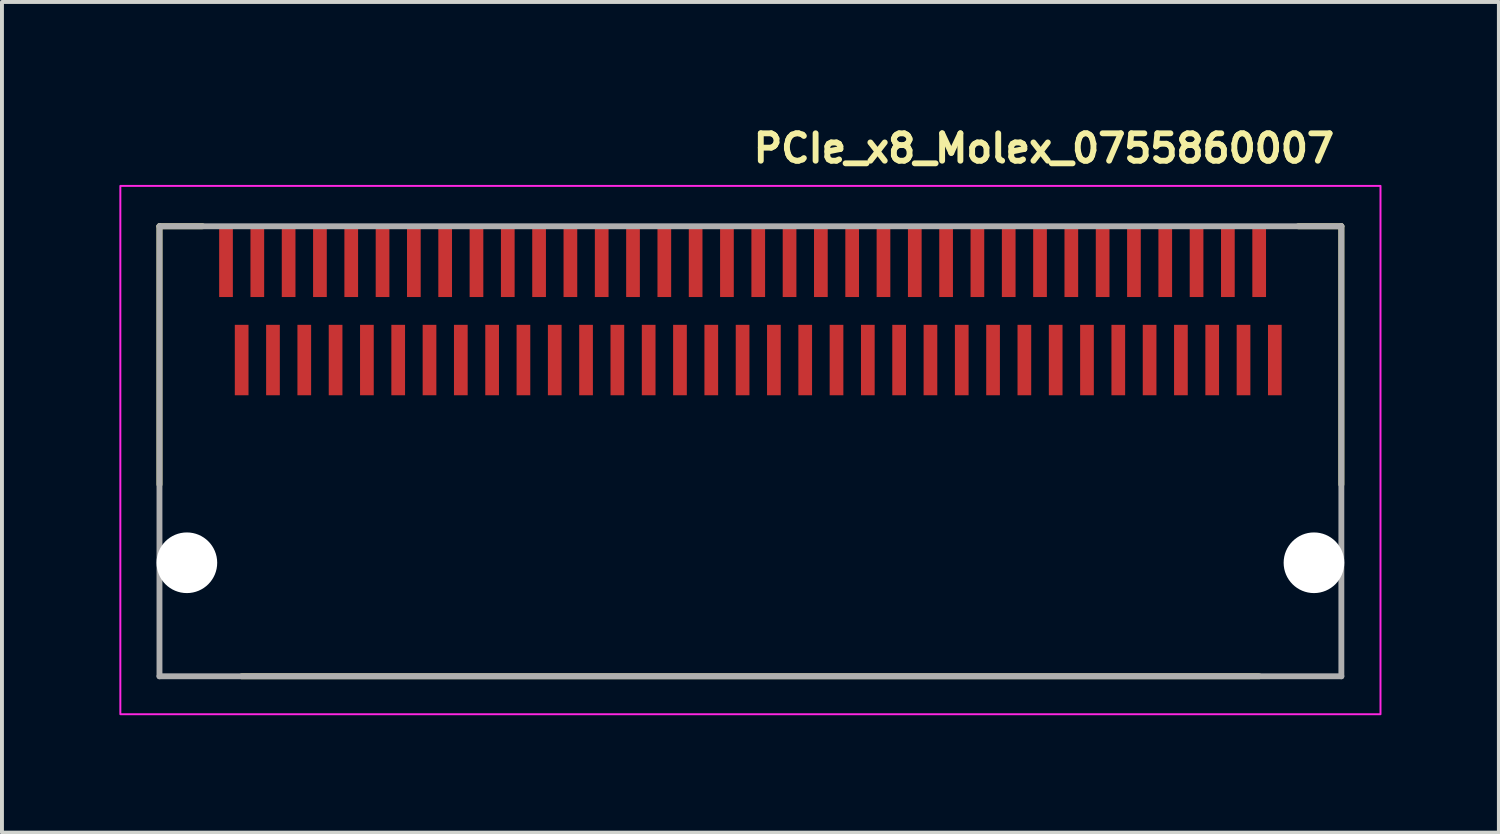
<source format=kicad_pcb>
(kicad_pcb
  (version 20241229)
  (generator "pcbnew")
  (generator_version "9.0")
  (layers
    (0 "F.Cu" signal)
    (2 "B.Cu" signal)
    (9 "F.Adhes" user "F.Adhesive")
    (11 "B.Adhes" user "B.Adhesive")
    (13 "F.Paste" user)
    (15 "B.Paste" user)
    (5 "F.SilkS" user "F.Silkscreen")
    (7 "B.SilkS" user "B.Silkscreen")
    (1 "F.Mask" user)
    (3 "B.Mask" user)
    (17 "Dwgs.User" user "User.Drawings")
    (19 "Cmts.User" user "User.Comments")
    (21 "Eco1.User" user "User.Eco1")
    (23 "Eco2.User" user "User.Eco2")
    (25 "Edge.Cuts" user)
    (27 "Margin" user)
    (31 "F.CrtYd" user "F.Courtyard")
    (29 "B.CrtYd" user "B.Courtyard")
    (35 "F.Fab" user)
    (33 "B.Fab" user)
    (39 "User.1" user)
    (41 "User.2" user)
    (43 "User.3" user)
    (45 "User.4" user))
  (footprint "PCIe_x8_Molex_0755860007"
    (layer "F.Cu")
    (at 16.125 8.45)
    (property "Reference" "PCIe_x8_Molex_0755860007" (at 0 -7.3 0) (unlocked yes) (layer "F.SilkS") (effects (font (size 0.7 0.7) (thickness 0.15)) (justify left bottom)))
    (attr smd)
    (fp_line (start -15.1 -5.719) (end -14 -5.719) (stroke (width 0.15) (type solid)) (layer "F.SilkS"))
    (fp_line (start -15.1 0.881) (end -15.1 -5.719) (stroke (width 0.15) (type solid)) (layer "F.SilkS"))
    (fp_line (start -13 5.781) (end 13 5.781) (stroke (width 0.15) (type solid)) (layer "F.SilkS"))
    (fp_line (start 14 -5.719) (end 15.1 -5.719) (stroke (width 0.15) (type solid)) (layer "F.SilkS"))
    (fp_line (start 15.1 0.881) (end 15.1 -5.719) (stroke (width 0.15) (type solid)) (layer "F.SilkS"))
    (fp_rect (start 16.1 6.75) (end -16.1 -6.75) (stroke (width 0.05) (type solid)) (fill no) (layer "F.CrtYd"))
    (fp_line (start -15.1 -5.719) (end 15.1 -5.719) (stroke (width 0.15) (type solid)) (layer "F.Fab"))
    (fp_line (start -15.1 5.781) (end -15.1 -5.719) (stroke (width 0.15) (type solid)) (layer "F.Fab"))
    (fp_line (start -15.1 5.781) (end 15.1 5.781) (stroke (width 0.15) (type solid)) (layer "F.Fab"))
    (fp_line (start 15.1 5.781) (end 15.1 -5.719) (stroke (width 0.15) (type solid)) (layer "F.Fab"))
    (fp_rect (start -15.1 -5.752) (end 15.1 5.753) (stroke (width 0.1) (type solid)) (fill no) (layer "User.5"))
    (fp_line (start -15.1 -5.753) (end -15.1 -4.054) (stroke (width 0.02) (type solid)) (layer "User.9"))
    (fp_line (start -15.1 -5.753) (end -14.35 -5.753) (stroke (width 0.02) (type solid)) (layer "User.9"))
    (fp_line (start -15.1 -3.954) (end -15.1 -4.054) (stroke (width 0.02) (type solid)) (layer "User.9"))
    (fp_line (start -15.1 -3.954) (end -14.35 -3.954) (stroke (width 0.02) (type solid)) (layer "User.9"))
    (fp_line (start -15.1 -2.22) (end -15.1 -3.954) (stroke (width 0.02) (type solid)) (layer "User.9"))
    (fp_line (start -15.1 -2.22) (end -15.1 5.752) (stroke (width 0.02) (type solid)) (layer "User.9"))
    (fp_line (start -15.1 5.752) (end 15.1 5.752) (stroke (width 0.02) (type solid)) (layer "User.9"))
    (fp_line (start -14.35 -5.753) (end -14.35 -4.807) (stroke (width 0.02) (type solid)) (layer "User.9"))
    (fp_line (start -14.35 -4.807) (end -13.5 -4.807) (stroke (width 0.02) (type solid)) (layer "User.9"))
    (fp_line (start -14.35 -4.054) (end -15.1 -4.054) (stroke (width 0.02) (type solid)) (layer "User.9"))
    (fp_line (start -14.35 -4.054) (end -14.35 -3.954) (stroke (width 0.02) (type solid)) (layer "User.9"))
    (fp_line (start -14.35 -3.954) (end -14.35 -2.827) (stroke (width 0.02) (type solid)) (layer "User.9"))
    (fp_line (start -14.35 -3.754) (end -13.5 -3.754) (stroke (width 0.02) (type solid)) (layer "User.9"))
    (fp_line (start -14.35 -2.827) (end -13.5 -2.827) (stroke (width 0.02) (type solid)) (layer "User.9"))
    (fp_line (start -13.5 -5.214) (end -13.5 -5.366) (stroke (width 0.02) (type solid)) (layer "User.9"))
    (fp_line (start -13.5 -4.857) (end -13.5 -5.214) (stroke (width 0.02) (type solid)) (layer "User.9"))
    (fp_line (start -13.5 -4.807) (end -13.5 -4.857) (stroke (width 0.02) (type solid)) (layer "User.9"))
    (fp_line (start -13.5 -4.807) (end 13.1 -4.807) (stroke (width 0.02) (type solid)) (layer "User.9"))
    (fp_line (start -13.5 -2.978) (end -13.5 -4.807) (stroke (width 0.02) (type solid)) (layer "User.9"))
    (fp_line (start -13.5 -2.978) (end -13.5 -2.22) (stroke (width 0.02) (type solid)) (layer "User.9"))
    (fp_line (start -13.3 -5.366) (end -13.5 -5.366) (stroke (width 0.02) (type solid)) (layer "User.9"))
    (fp_line (start -13.3 -5.366) (end -13.3 -5.214) (stroke (width 0.02) (type solid)) (layer "User.9"))
    (fp_line (start -13.3 -5.214) (end -13.3 -4.857) (stroke (width 0.02) (type solid)) (layer "User.9"))
    (fp_line (start -13.3 -4.857) (end -13.3 -4.807) (stroke (width 0.02) (type solid)) (layer "User.9"))
    (fp_line (start -12.7 -5.214) (end -12.7 -5.366) (stroke (width 0.02) (type solid)) (layer "User.9"))
    (fp_line (start -12.7 -4.857) (end -12.7 -5.214) (stroke (width 0.02) (type solid)) (layer "User.9"))
    (fp_line (start -12.7 -4.807) (end -12.7 -4.857) (stroke (width 0.02) (type solid)) (layer "User.9"))
    (fp_line (start -12.5 -5.366) (end -12.7 -5.366) (stroke (width 0.02) (type solid)) (layer "User.9"))
    (fp_line (start -12.5 -5.366) (end -12.5 -5.214) (stroke (width 0.02) (type solid)) (layer "User.9"))
    (fp_line (start -12.5 -5.214) (end -12.5 -4.857) (stroke (width 0.02) (type solid)) (layer "User.9"))
    (fp_line (start -12.5 -4.857) (end -12.5 -4.807) (stroke (width 0.02) (type solid)) (layer "User.9"))
    (fp_line (start -11.9 -5.214) (end -11.9 -5.366) (stroke (width 0.02) (type solid)) (layer "User.9"))
    (fp_line (start -11.9 -4.857) (end -11.9 -5.214) (stroke (width 0.02) (type solid)) (layer "User.9"))
    (fp_line (start -11.9 -4.807) (end -11.9 -4.857) (stroke (width 0.02) (type solid)) (layer "User.9"))
    (fp_line (start -11.7 -5.366) (end -11.9 -5.366) (stroke (width 0.02) (type solid)) (layer "User.9"))
    (fp_line (start -11.7 -5.366) (end -11.7 -5.214) (stroke (width 0.02) (type solid)) (layer "User.9"))
    (fp_line (start -11.7 -5.214) (end -11.7 -4.857) (stroke (width 0.02) (type solid)) (layer "User.9"))
    (fp_line (start -11.7 -4.857) (end -11.7 -4.807) (stroke (width 0.02) (type solid)) (layer "User.9"))
    (fp_line (start -11.1 -5.214) (end -11.1 -5.366) (stroke (width 0.02) (type solid)) (layer "User.9"))
    (fp_line (start -11.1 -4.857) (end -11.1 -5.214) (stroke (width 0.02) (type solid)) (layer "User.9"))
    (fp_line (start -11.1 -4.807) (end -11.1 -4.857) (stroke (width 0.02) (type solid)) (layer "User.9"))
    (fp_line (start -10.9 -5.366) (end -11.1 -5.366) (stroke (width 0.02) (type solid)) (layer "User.9"))
    (fp_line (start -10.9 -5.366) (end -10.9 -5.214) (stroke (width 0.02) (type solid)) (layer "User.9"))
    (fp_line (start -10.9 -5.214) (end -10.9 -4.857) (stroke (width 0.02) (type solid)) (layer "User.9"))
    (fp_line (start -10.9 -4.857) (end -10.9 -4.807) (stroke (width 0.02) (type solid)) (layer "User.9"))
    (fp_line (start -10.3 -5.214) (end -10.3 -5.366) (stroke (width 0.02) (type solid)) (layer "User.9"))
    (fp_line (start -10.3 -4.857) (end -10.3 -5.214) (stroke (width 0.02) (type solid)) (layer "User.9"))
    (fp_line (start -10.3 -4.807) (end -10.3 -4.857) (stroke (width 0.02) (type solid)) (layer "User.9"))
    (fp_line (start -10.1 -5.366) (end -10.3 -5.366) (stroke (width 0.02) (type solid)) (layer "User.9"))
    (fp_line (start -10.1 -5.366) (end -10.1 -5.214) (stroke (width 0.02) (type solid)) (layer "User.9"))
    (fp_line (start -10.1 -5.214) (end -10.1 -4.857) (stroke (width 0.02) (type solid)) (layer "User.9"))
    (fp_line (start -10.1 -4.857) (end -10.1 -4.807) (stroke (width 0.02) (type solid)) (layer "User.9"))
    (fp_line (start -9.5 -5.214) (end -9.5 -5.366) (stroke (width 0.02) (type solid)) (layer "User.9"))
    (fp_line (start -9.5 -4.857) (end -9.5 -5.214) (stroke (width 0.02) (type solid)) (layer "User.9"))
    (fp_line (start -9.5 -4.807) (end -9.5 -4.857) (stroke (width 0.02) (type solid)) (layer "User.9"))
    (fp_line (start -9.3 -5.366) (end -9.5 -5.366) (stroke (width 0.02) (type solid)) (layer "User.9"))
    (fp_line (start -9.3 -5.366) (end -9.3 -5.214) (stroke (width 0.02) (type solid)) (layer "User.9"))
    (fp_line (start -9.3 -5.214) (end -9.3 -4.857) (stroke (width 0.02) (type solid)) (layer "User.9"))
    (fp_line (start -9.3 -4.857) (end -9.3 -4.807) (stroke (width 0.02) (type solid)) (layer "User.9"))
    (fp_line (start -8.7 -5.214) (end -8.7 -5.366) (stroke (width 0.02) (type solid)) (layer "User.9"))
    (fp_line (start -8.7 -4.857) (end -8.7 -5.214) (stroke (width 0.02) (type solid)) (layer "User.9"))
    (fp_line (start -8.7 -4.807) (end -8.7 -4.857) (stroke (width 0.02) (type solid)) (layer "User.9"))
    (fp_line (start -8.5 -5.366) (end -8.7 -5.366) (stroke (width 0.02) (type solid)) (layer "User.9"))
    (fp_line (start -8.5 -5.366) (end -8.5 -5.214) (stroke (width 0.02) (type solid)) (layer "User.9"))
    (fp_line (start -8.5 -5.214) (end -8.5 -4.857) (stroke (width 0.02) (type solid)) (layer "User.9"))
    (fp_line (start -8.5 -4.857) (end -8.5 -4.807) (stroke (width 0.02) (type solid)) (layer "User.9"))
    (fp_line (start -7.9 -5.214) (end -7.9 -5.366) (stroke (width 0.02) (type solid)) (layer "User.9"))
    (fp_line (start -7.9 -4.857) (end -7.9 -5.214) (stroke (width 0.02) (type solid)) (layer "User.9"))
    (fp_line (start -7.9 -4.807) (end -7.9 -4.857) (stroke (width 0.02) (type solid)) (layer "User.9"))
    (fp_line (start -7.7 -5.366) (end -7.9 -5.366) (stroke (width 0.02) (type solid)) (layer "User.9"))
    (fp_line (start -7.7 -5.366) (end -7.7 -5.214) (stroke (width 0.02) (type solid)) (layer "User.9"))
    (fp_line (start -7.7 -5.214) (end -7.7 -4.857) (stroke (width 0.02) (type solid)) (layer "User.9"))
    (fp_line (start -7.7 -4.857) (end -7.7 -4.807) (stroke (width 0.02) (type solid)) (layer "User.9"))
    (fp_line (start -7.1 -5.214) (end -7.1 -5.366) (stroke (width 0.02) (type solid)) (layer "User.9"))
    (fp_line (start -7.1 -4.857) (end -7.1 -5.214) (stroke (width 0.02) (type solid)) (layer "User.9"))
    (fp_line (start -7.1 -4.807) (end -7.1 -4.857) (stroke (width 0.02) (type solid)) (layer "User.9"))
    (fp_line (start -6.9 -5.366) (end -7.1 -5.366) (stroke (width 0.02) (type solid)) (layer "User.9"))
    (fp_line (start -6.9 -5.366) (end -6.9 -5.214) (stroke (width 0.02) (type solid)) (layer "User.9"))
    (fp_line (start -6.9 -5.214) (end -6.9 -4.857) (stroke (width 0.02) (type solid)) (layer "User.9"))
    (fp_line (start -6.9 -4.857) (end -6.9 -4.807) (stroke (width 0.02) (type solid)) (layer "User.9"))
    (fp_line (start -6.3 -5.214) (end -6.3 -5.366) (stroke (width 0.02) (type solid)) (layer "User.9"))
    (fp_line (start -6.3 -4.857) (end -6.3 -5.214) (stroke (width 0.02) (type solid)) (layer "User.9"))
    (fp_line (start -6.3 -4.807) (end -6.3 -4.857) (stroke (width 0.02) (type solid)) (layer "User.9"))
    (fp_line (start -6.1 -5.366) (end -6.3 -5.366) (stroke (width 0.02) (type solid)) (layer "User.9"))
    (fp_line (start -6.1 -5.366) (end -6.1 -5.214) (stroke (width 0.02) (type solid)) (layer "User.9"))
    (fp_line (start -6.1 -5.214) (end -6.1 -4.857) (stroke (width 0.02) (type solid)) (layer "User.9"))
    (fp_line (start -6.1 -4.857) (end -6.1 -4.807) (stroke (width 0.02) (type solid)) (layer "User.9"))
    (fp_line (start -5.5 -5.214) (end -5.5 -5.366) (stroke (width 0.02) (type solid)) (layer "User.9"))
    (fp_line (start -5.5 -4.857) (end -5.5 -5.214) (stroke (width 0.02) (type solid)) (layer "User.9"))
    (fp_line (start -5.5 -4.807) (end -5.5 -4.857) (stroke (width 0.02) (type solid)) (layer "User.9"))
    (fp_line (start -5.3 -5.366) (end -5.5 -5.366) (stroke (width 0.02) (type solid)) (layer "User.9"))
    (fp_line (start -5.3 -5.366) (end -5.3 -5.214) (stroke (width 0.02) (type solid)) (layer "User.9"))
    (fp_line (start -5.3 -5.214) (end -5.3 -4.857) (stroke (width 0.02) (type solid)) (layer "User.9"))
    (fp_line (start -5.3 -4.857) (end -5.3 -4.807) (stroke (width 0.02) (type solid)) (layer "User.9"))
    (fp_line (start -5 -2.22) (end -15.1 -2.22) (stroke (width 0.02) (type solid)) (layer "User.9"))
    (fp_line (start -5 -2.22) (end 5 -2.22) (stroke (width 0.02) (type solid)) (layer "User.9"))
    (fp_line (start -5 2.78) (end -5 -2.22) (stroke (width 0.02) (type solid)) (layer "User.9"))
    (fp_line (start -4.7 -5.214) (end -4.7 -5.366) (stroke (width 0.02) (type solid)) (layer "User.9"))
    (fp_line (start -4.7 -4.857) (end -4.7 -5.214) (stroke (width 0.02) (type solid)) (layer "User.9"))
    (fp_line (start -4.7 -4.807) (end -4.7 -4.857) (stroke (width 0.02) (type solid)) (layer "User.9"))
    (fp_line (start -4.5 -5.366) (end -4.7 -5.366) (stroke (width 0.02) (type solid)) (layer "User.9"))
    (fp_line (start -4.5 -5.366) (end -4.5 -5.214) (stroke (width 0.02) (type solid)) (layer "User.9"))
    (fp_line (start -4.5 -5.214) (end -4.5 -4.857) (stroke (width 0.02) (type solid)) (layer "User.9"))
    (fp_line (start -4.5 -4.857) (end -4.5 -4.807) (stroke (width 0.02) (type solid)) (layer "User.9"))
    (fp_line (start -3.9 -5.214) (end -3.9 -5.366) (stroke (width 0.02) (type solid)) (layer "User.9"))
    (fp_line (start -3.9 -4.857) (end -3.9 -5.214) (stroke (width 0.02) (type solid)) (layer "User.9"))
    (fp_line (start -3.9 -4.807) (end -3.9 -4.857) (stroke (width 0.02) (type solid)) (layer "User.9"))
    (fp_line (start -3.7 -5.366) (end -3.9 -5.366) (stroke (width 0.02) (type solid)) (layer "User.9"))
    (fp_line (start -3.7 -5.366) (end -3.7 -5.214) (stroke (width 0.02) (type solid)) (layer "User.9"))
    (fp_line (start -3.7 -5.214) (end -3.7 -4.857) (stroke (width 0.02) (type solid)) (layer "User.9"))
    (fp_line (start -3.7 -4.857) (end -3.7 -4.807) (stroke (width 0.02) (type solid)) (layer "User.9"))
    (fp_line (start -3.1 -5.214) (end -3.1 -5.366) (stroke (width 0.02) (type solid)) (layer "User.9"))
    (fp_line (start -3.1 -4.857) (end -3.1 -5.214) (stroke (width 0.02) (type solid)) (layer "User.9"))
    (fp_line (start -3.1 -4.807) (end -3.1 -4.857) (stroke (width 0.02) (type solid)) (layer "User.9"))
    (fp_line (start -2.9 -5.366) (end -3.1 -5.366) (stroke (width 0.02) (type solid)) (layer "User.9"))
    (fp_line (start -2.9 -5.366) (end -2.9 -5.214) (stroke (width 0.02) (type solid)) (layer "User.9"))
    (fp_line (start -2.9 -5.214) (end -2.9 -4.857) (stroke (width 0.02) (type solid)) (layer "User.9"))
    (fp_line (start -2.9 -4.857) (end -2.9 -4.807) (stroke (width 0.02) (type solid)) (layer "User.9"))
    (fp_line (start -2.3 -5.214) (end -2.3 -5.366) (stroke (width 0.02) (type solid)) (layer "User.9"))
    (fp_line (start -2.3 -4.857) (end -2.3 -5.214) (stroke (width 0.02) (type solid)) (layer "User.9"))
    (fp_line (start -2.3 -4.807) (end -2.3 -4.857) (stroke (width 0.02) (type solid)) (layer "User.9"))
    (fp_line (start -2.1 -5.366) (end -2.3 -5.366) (stroke (width 0.02) (type solid)) (layer "User.9"))
    (fp_line (start -2.1 -5.366) (end -2.1 -5.214) (stroke (width 0.02) (type solid)) (layer "User.9"))
    (fp_line (start -2.1 -5.214) (end -2.1 -4.857) (stroke (width 0.02) (type solid)) (layer "User.9"))
    (fp_line (start -2.1 -4.857) (end -2.1 -4.807) (stroke (width 0.02) (type solid)) (layer "User.9"))
    (fp_line (start -1.5 -5.214) (end -1.5 -5.366) (stroke (width 0.02) (type solid)) (layer "User.9"))
    (fp_line (start -1.5 -4.857) (end -1.5 -5.214) (stroke (width 0.02) (type solid)) (layer "User.9"))
    (fp_line (start -1.5 -4.807) (end -1.5 -4.857) (stroke (width 0.02) (type solid)) (layer "User.9"))
    (fp_line (start -1.3 -5.366) (end -1.5 -5.366) (stroke (width 0.02) (type solid)) (layer "User.9"))
    (fp_line (start -1.3 -5.366) (end -1.3 -5.214) (stroke (width 0.02) (type solid)) (layer "User.9"))
    (fp_line (start -1.3 -5.214) (end -1.3 -4.857) (stroke (width 0.02) (type solid)) (layer "User.9"))
    (fp_line (start -1.3 -4.857) (end -1.3 -4.807) (stroke (width 0.02) (type solid)) (layer "User.9"))
    (fp_line (start -0.7 -5.214) (end -0.7 -5.366) (stroke (width 0.02) (type solid)) (layer "User.9"))
    (fp_line (start -0.7 -4.857) (end -0.7 -5.214) (stroke (width 0.02) (type solid)) (layer "User.9"))
    (fp_line (start -0.7 -4.807) (end -0.7 -4.857) (stroke (width 0.02) (type solid)) (layer "User.9"))
    (fp_line (start -0.5 -5.366) (end -0.7 -5.366) (stroke (width 0.02) (type solid)) (layer "User.9"))
    (fp_line (start -0.5 -5.366) (end -0.5 -5.214) (stroke (width 0.02) (type solid)) (layer "User.9"))
    (fp_line (start -0.5 -5.214) (end -0.5 -4.857) (stroke (width 0.02) (type solid)) (layer "User.9"))
    (fp_line (start -0.5 -4.857) (end -0.5 -4.807) (stroke (width 0.02) (type solid)) (layer "User.9"))
    (fp_line (start 0.1 -5.214) (end 0.1 -5.366) (stroke (width 0.02) (type solid)) (layer "User.9"))
    (fp_line (start 0.1 -4.857) (end 0.1 -5.214) (stroke (width 0.02) (type solid)) (layer "User.9"))
    (fp_line (start 0.1 -4.807) (end 0.1 -4.857) (stroke (width 0.02) (type solid)) (layer "User.9"))
    (fp_line (start 0.3 -5.366) (end 0.1 -5.366) (stroke (width 0.02) (type solid)) (layer "User.9"))
    (fp_line (start 0.3 -5.366) (end 0.3 -5.214) (stroke (width 0.02) (type solid)) (layer "User.9"))
    (fp_line (start 0.3 -5.214) (end 0.3 -4.857) (stroke (width 0.02) (type solid)) (layer "User.9"))
    (fp_line (start 0.3 -4.857) (end 0.3 -4.807) (stroke (width 0.02) (type solid)) (layer "User.9"))
    (fp_line (start 0.9 -5.214) (end 0.9 -5.366) (stroke (width 0.02) (type solid)) (layer "User.9"))
    (fp_line (start 0.9 -4.857) (end 0.9 -5.214) (stroke (width 0.02) (type solid)) (layer "User.9"))
    (fp_line (start 0.9 -4.807) (end 0.9 -4.857) (stroke (width 0.02) (type solid)) (layer "User.9"))
    (fp_line (start 1.1 -5.366) (end 0.9 -5.366) (stroke (width 0.02) (type solid)) (layer "User.9"))
    (fp_line (start 1.1 -5.366) (end 1.1 -5.214) (stroke (width 0.02) (type solid)) (layer "User.9"))
    (fp_line (start 1.1 -5.214) (end 1.1 -4.857) (stroke (width 0.02) (type solid)) (layer "User.9"))
    (fp_line (start 1.1 -4.857) (end 1.1 -4.807) (stroke (width 0.02) (type solid)) (layer "User.9"))
    (fp_line (start 1.7 -5.214) (end 1.7 -5.366) (stroke (width 0.02) (type solid)) (layer "User.9"))
    (fp_line (start 1.7 -4.857) (end 1.7 -5.214) (stroke (width 0.02) (type solid)) (layer "User.9"))
    (fp_line (start 1.7 -4.807) (end 1.7 -4.857) (stroke (width 0.02) (type solid)) (layer "User.9"))
    (fp_line (start 1.9 -5.366) (end 1.7 -5.366) (stroke (width 0.02) (type solid)) (layer "User.9"))
    (fp_line (start 1.9 -5.366) (end 1.9 -5.214) (stroke (width 0.02) (type solid)) (layer "User.9"))
    (fp_line (start 1.9 -5.214) (end 1.9 -4.857) (stroke (width 0.02) (type solid)) (layer "User.9"))
    (fp_line (start 1.9 -4.857) (end 1.9 -4.807) (stroke (width 0.02) (type solid)) (layer "User.9"))
    (fp_line (start 2.5 -5.214) (end 2.5 -5.366) (stroke (width 0.02) (type solid)) (layer "User.9"))
    (fp_line (start 2.5 -4.857) (end 2.5 -5.214) (stroke (width 0.02) (type solid)) (layer "User.9"))
    (fp_line (start 2.5 -4.807) (end 2.5 -4.857) (stroke (width 0.02) (type solid)) (layer "User.9"))
    (fp_line (start 2.7 -5.366) (end 2.5 -5.366) (stroke (width 0.02) (type solid)) (layer "User.9"))
    (fp_line (start 2.7 -5.366) (end 2.7 -5.214) (stroke (width 0.02) (type solid)) (layer "User.9"))
    (fp_line (start 2.7 -5.214) (end 2.7 -4.857) (stroke (width 0.02) (type solid)) (layer "User.9"))
    (fp_line (start 2.7 -4.857) (end 2.7 -4.807) (stroke (width 0.02) (type solid)) (layer "User.9"))
    (fp_line (start 3.3 -5.214) (end 3.3 -5.366) (stroke (width 0.02) (type solid)) (layer "User.9"))
    (fp_line (start 3.3 -4.857) (end 3.3 -5.214) (stroke (width 0.02) (type solid)) (layer "User.9"))
    (fp_line (start 3.3 -4.807) (end 3.3 -4.857) (stroke (width 0.02) (type solid)) (layer "User.9"))
    (fp_line (start 3.5 -5.366) (end 3.3 -5.366) (stroke (width 0.02) (type solid)) (layer "User.9"))
    (fp_line (start 3.5 -5.366) (end 3.5 -5.214) (stroke (width 0.02) (type solid)) (layer "User.9"))
    (fp_line (start 3.5 -5.214) (end 3.5 -4.857) (stroke (width 0.02) (type solid)) (layer "User.9"))
    (fp_line (start 3.5 -4.857) (end 3.5 -4.807) (stroke (width 0.02) (type solid)) (layer "User.9"))
    (fp_line (start 4.1 -5.214) (end 4.1 -5.366) (stroke (width 0.02) (type solid)) (layer "User.9"))
    (fp_line (start 4.1 -4.857) (end 4.1 -5.214) (stroke (width 0.02) (type solid)) (layer "User.9"))
    (fp_line (start 4.1 -4.807) (end 4.1 -4.857) (stroke (width 0.02) (type solid)) (layer "User.9"))
    (fp_line (start 4.3 -5.366) (end 4.1 -5.366) (stroke (width 0.02) (type solid)) (layer "User.9"))
    (fp_line (start 4.3 -5.366) (end 4.3 -5.214) (stroke (width 0.02) (type solid)) (layer "User.9"))
    (fp_line (start 4.3 -5.214) (end 4.3 -4.857) (stroke (width 0.02) (type solid)) (layer "User.9"))
    (fp_line (start 4.3 -4.857) (end 4.3 -4.807) (stroke (width 0.02) (type solid)) (layer "User.9"))
    (fp_line (start 4.9 -5.214) (end 4.9 -5.366) (stroke (width 0.02) (type solid)) (layer "User.9"))
    (fp_line (start 4.9 -4.857) (end 4.9 -5.214) (stroke (width 0.02) (type solid)) (layer "User.9"))
    (fp_line (start 4.9 -4.807) (end 4.9 -4.857) (stroke (width 0.02) (type solid)) (layer "User.9"))
    (fp_line (start 5 -2.22) (end 5 2.78) (stroke (width 0.02) (type solid)) (layer "User.9"))
    (fp_line (start 5 2.78) (end -5 2.78) (stroke (width 0.02) (type solid)) (layer "User.9"))
    (fp_line (start 5.1 -5.366) (end 4.9 -5.366) (stroke (width 0.02) (type solid)) (layer "User.9"))
    (fp_line (start 5.1 -5.366) (end 5.1 -5.214) (stroke (width 0.02) (type solid)) (layer "User.9"))
    (fp_line (start 5.1 -5.214) (end 5.1 -4.857) (stroke (width 0.02) (type solid)) (layer "User.9"))
    (fp_line (start 5.1 -4.857) (end 5.1 -4.807) (stroke (width 0.02) (type solid)) (layer "User.9"))
    (fp_line (start 5.7 -5.214) (end 5.7 -5.366) (stroke (width 0.02) (type solid)) (layer "User.9"))
    (fp_line (start 5.7 -4.857) (end 5.7 -5.214) (stroke (width 0.02) (type solid)) (layer "User.9"))
    (fp_line (start 5.7 -4.807) (end 5.7 -4.857) (stroke (width 0.02) (type solid)) (layer "User.9"))
    (fp_line (start 5.9 -5.366) (end 5.7 -5.366) (stroke (width 0.02) (type solid)) (layer "User.9"))
    (fp_line (start 5.9 -5.366) (end 5.9 -5.214) (stroke (width 0.02) (type solid)) (layer "User.9"))
    (fp_line (start 5.9 -5.214) (end 5.9 -4.857) (stroke (width 0.02) (type solid)) (layer "User.9"))
    (fp_line (start 5.9 -4.857) (end 5.9 -4.807) (stroke (width 0.02) (type solid)) (layer "User.9"))
    (fp_line (start 6.5 -5.214) (end 6.5 -5.366) (stroke (width 0.02) (type solid)) (layer "User.9"))
    (fp_line (start 6.5 -4.857) (end 6.5 -5.214) (stroke (width 0.02) (type solid)) (layer "User.9"))
    (fp_line (start 6.5 -4.807) (end 6.5 -4.857) (stroke (width 0.02) (type solid)) (layer "User.9"))
    (fp_line (start 6.7 -5.366) (end 6.5 -5.366) (stroke (width 0.02) (type solid)) (layer "User.9"))
    (fp_line (start 6.7 -5.366) (end 6.7 -5.214) (stroke (width 0.02) (type solid)) (layer "User.9"))
    (fp_line (start 6.7 -5.214) (end 6.7 -4.857) (stroke (width 0.02) (type solid)) (layer "User.9"))
    (fp_line (start 6.7 -4.857) (end 6.7 -4.807) (stroke (width 0.02) (type solid)) (layer "User.9"))
    (fp_line (start 7.3 -5.214) (end 7.3 -5.366) (stroke (width 0.02) (type solid)) (layer "User.9"))
    (fp_line (start 7.3 -4.857) (end 7.3 -5.214) (stroke (width 0.02) (type solid)) (layer "User.9"))
    (fp_line (start 7.3 -4.807) (end 7.3 -4.857) (stroke (width 0.02) (type solid)) (layer "User.9"))
    (fp_line (start 7.5 -5.366) (end 7.3 -5.366) (stroke (width 0.02) (type solid)) (layer "User.9"))
    (fp_line (start 7.5 -5.366) (end 7.5 -5.214) (stroke (width 0.02) (type solid)) (layer "User.9"))
    (fp_line (start 7.5 -5.214) (end 7.5 -4.857) (stroke (width 0.02) (type solid)) (layer "User.9"))
    (fp_line (start 7.5 -4.857) (end 7.5 -4.807) (stroke (width 0.02) (type solid)) (layer "User.9"))
    (fp_line (start 8.1 -5.214) (end 8.1 -5.366) (stroke (width 0.02) (type solid)) (layer "User.9"))
    (fp_line (start 8.1 -4.857) (end 8.1 -5.214) (stroke (width 0.02) (type solid)) (layer "User.9"))
    (fp_line (start 8.1 -4.807) (end 8.1 -4.857) (stroke (width 0.02) (type solid)) (layer "User.9"))
    (fp_line (start 8.3 -5.366) (end 8.1 -5.366) (stroke (width 0.02) (type solid)) (layer "User.9"))
    (fp_line (start 8.3 -5.366) (end 8.3 -5.214) (stroke (width 0.02) (type solid)) (layer "User.9"))
    (fp_line (start 8.3 -5.214) (end 8.3 -4.857) (stroke (width 0.02) (type solid)) (layer "User.9"))
    (fp_line (start 8.3 -4.857) (end 8.3 -4.807) (stroke (width 0.02) (type solid)) (layer "User.9"))
    (fp_line (start 8.9 -5.214) (end 8.9 -5.366) (stroke (width 0.02) (type solid)) (layer "User.9"))
    (fp_line (start 8.9 -4.857) (end 8.9 -5.214) (stroke (width 0.02) (type solid)) (layer "User.9"))
    (fp_line (start 8.9 -4.807) (end 8.9 -4.857) (stroke (width 0.02) (type solid)) (layer "User.9"))
    (fp_line (start 9.1 -5.366) (end 8.9 -5.366) (stroke (width 0.02) (type solid)) (layer "User.9"))
    (fp_line (start 9.1 -5.366) (end 9.1 -5.214) (stroke (width 0.02) (type solid)) (layer "User.9"))
    (fp_line (start 9.1 -5.214) (end 9.1 -4.857) (stroke (width 0.02) (type solid)) (layer "User.9"))
    (fp_line (start 9.1 -4.857) (end 9.1 -4.807) (stroke (width 0.02) (type solid)) (layer "User.9"))
    (fp_line (start 9.7 -5.214) (end 9.7 -5.366) (stroke (width 0.02) (type solid)) (layer "User.9"))
    (fp_line (start 9.7 -4.857) (end 9.7 -5.214) (stroke (width 0.02) (type solid)) (layer "User.9"))
    (fp_line (start 9.7 -4.807) (end 9.7 -4.857) (stroke (width 0.02) (type solid)) (layer "User.9"))
    (fp_line (start 9.9 -5.366) (end 9.7 -5.366) (stroke (width 0.02) (type solid)) (layer "User.9"))
    (fp_line (start 9.9 -5.366) (end 9.9 -5.214) (stroke (width 0.02) (type solid)) (layer "User.9"))
    (fp_line (start 9.9 -5.214) (end 9.9 -4.857) (stroke (width 0.02) (type solid)) (layer "User.9"))
    (fp_line (start 9.9 -4.857) (end 9.9 -4.807) (stroke (width 0.02) (type solid)) (layer "User.9"))
    (fp_line (start 10.5 -5.214) (end 10.5 -5.366) (stroke (width 0.02) (type solid)) (layer "User.9"))
    (fp_line (start 10.5 -4.857) (end 10.5 -5.214) (stroke (width 0.02) (type solid)) (layer "User.9"))
    (fp_line (start 10.5 -4.807) (end 10.5 -4.857) (stroke (width 0.02) (type solid)) (layer "User.9"))
    (fp_line (start 10.7 -5.366) (end 10.5 -5.366) (stroke (width 0.02) (type solid)) (layer "User.9"))
    (fp_line (start 10.7 -5.366) (end 10.7 -5.214) (stroke (width 0.02) (type solid)) (layer "User.9"))
    (fp_line (start 10.7 -5.214) (end 10.7 -4.857) (stroke (width 0.02) (type solid)) (layer "User.9"))
    (fp_line (start 10.7 -4.857) (end 10.7 -4.807) (stroke (width 0.02) (type solid)) (layer "User.9"))
    (fp_line (start 11.3 -5.214) (end 11.3 -5.366) (stroke (width 0.02) (type solid)) (layer "User.9"))
    (fp_line (start 11.3 -4.857) (end 11.3 -5.214) (stroke (width 0.02) (type solid)) (layer "User.9"))
    (fp_line (start 11.3 -4.807) (end 11.3 -4.857) (stroke (width 0.02) (type solid)) (layer "User.9"))
    (fp_line (start 11.5 -5.366) (end 11.3 -5.366) (stroke (width 0.02) (type solid)) (layer "User.9"))
    (fp_line (start 11.5 -5.366) (end 11.5 -5.214) (stroke (width 0.02) (type solid)) (layer "User.9"))
    (fp_line (start 11.5 -5.214) (end 11.5 -4.857) (stroke (width 0.02) (type solid)) (layer "User.9"))
    (fp_line (start 11.5 -4.857) (end 11.5 -4.807) (stroke (width 0.02) (type solid)) (layer "User.9"))
    (fp_line (start 12.1 -5.214) (end 12.1 -5.366) (stroke (width 0.02) (type solid)) (layer "User.9"))
    (fp_line (start 12.1 -4.857) (end 12.1 -5.214) (stroke (width 0.02) (type solid)) (layer "User.9"))
    (fp_line (start 12.1 -4.807) (end 12.1 -4.857) (stroke (width 0.02) (type solid)) (layer "User.9"))
    (fp_line (start 12.3 -5.366) (end 12.1 -5.366) (stroke (width 0.02) (type solid)) (layer "User.9"))
    (fp_line (start 12.3 -5.366) (end 12.3 -5.214) (stroke (width 0.02) (type solid)) (layer "User.9"))
    (fp_line (start 12.3 -5.214) (end 12.3 -4.857) (stroke (width 0.02) (type solid)) (layer "User.9"))
    (fp_line (start 12.3 -4.857) (end 12.3 -4.807) (stroke (width 0.02) (type solid)) (layer "User.9"))
    (fp_line (start 12.9 -5.214) (end 12.9 -5.366) (stroke (width 0.02) (type solid)) (layer "User.9"))
    (fp_line (start 12.9 -4.857) (end 12.9 -5.214) (stroke (width 0.02) (type solid)) (layer "User.9"))
    (fp_line (start 12.9 -4.807) (end 12.9 -4.857) (stroke (width 0.02) (type solid)) (layer "User.9"))
    (fp_line (start 13.1 -5.366) (end 12.9 -5.366) (stroke (width 0.02) (type solid)) (layer "User.9"))
    (fp_line (start 13.1 -5.366) (end 13.1 -5.214) (stroke (width 0.02) (type solid)) (layer "User.9"))
    (fp_line (start 13.1 -5.214) (end 13.1 -4.857) (stroke (width 0.02) (type solid)) (layer "User.9"))
    (fp_line (start 13.1 -4.857) (end 13.1 -4.807) (stroke (width 0.02) (type solid)) (layer "User.9"))
    (fp_line (start 13.1 -4.807) (end 13.1 -2.978) (stroke (width 0.02) (type solid)) (layer "User.9"))
    (fp_line (start 13.1 -4.807) (end 14.35 -4.807) (stroke (width 0.02) (type solid)) (layer "User.9"))
    (fp_line (start 13.1 -3.754) (end 14.35 -3.754) (stroke (width 0.02) (type solid)) (layer "User.9"))
    (fp_line (start 13.1 -2.978) (end -13.5 -2.978) (stroke (width 0.02) (type solid)) (layer "User.9"))
    (fp_line (start 13.1 -2.827) (end 14.35 -2.827) (stroke (width 0.02) (type solid)) (layer "User.9"))
    (fp_line (start 13.1 -2.22) (end 13.1 -2.978) (stroke (width 0.02) (type solid)) (layer "User.9"))
    (fp_line (start 13.3 -2.927) (end 13.3 -2.986) (stroke (width 0.02) (type solid)) (layer "User.9"))
    (fp_line (start 13.3 -2.857) (end 13.3 -2.927) (stroke (width 0.02) (type solid)) (layer "User.9"))
    (fp_line (start 13.3 -2.827) (end 13.3 -2.857) (stroke (width 0.02) (type solid)) (layer "User.9"))
    (fp_line (start 13.5 -2.986) (end 13.3 -2.986) (stroke (width 0.02) (type solid)) (layer "User.9"))
    (fp_line (start 13.5 -2.986) (end 13.5 -2.927) (stroke (width 0.02) (type solid)) (layer "User.9"))
    (fp_line (start 13.5 -2.927) (end 13.5 -2.857) (stroke (width 0.02) (type solid)) (layer "User.9"))
    (fp_line (start 13.5 -2.857) (end 13.5 -2.827) (stroke (width 0.02) (type solid)) (layer "User.9"))
    (fp_line (start 13.607 1.726) (end 14.807 1.726) (stroke (width 0.02) (type solid)) (layer "User.9"))
    (fp_line (start 13.607 4.763) (end 13.607 1.726) (stroke (width 0.02) (type solid)) (layer "User.9"))
    (fp_line (start 13.707 1.826) (end 13.707 1.926) (stroke (width 0.02) (type solid)) (layer "User.9"))
    (fp_line (start 13.707 1.926) (end 13.745 1.938) (stroke (width 0.02) (type solid)) (layer "User.9"))
    (fp_line (start 13.707 2.651) (end 13.707 2.813) (stroke (width 0.02) (type solid)) (layer "User.9"))
    (fp_line (start 13.707 2.813) (end 14.082 3.063) (stroke (width 0.02) (type solid)) (layer "User.9"))
    (fp_line (start 13.707 3.313) (end 13.707 3.476) (stroke (width 0.02) (type solid)) (layer "User.9"))
    (fp_line (start 13.707 3.476) (end 14.195 3.138) (stroke (width 0.02) (type solid)) (layer "User.9"))
    (fp_line (start 13.707 3.688) (end 13.707 3.863) (stroke (width 0.02) (type solid)) (layer "User.9"))
    (fp_line (start 13.707 3.863) (end 14.507 4.176) (stroke (width 0.02) (type solid)) (layer "User.9"))
    (fp_line (start 13.707 4.488) (end 13.707 4.663) (stroke (width 0.02) (type solid)) (layer "User.9"))
    (fp_line (start 13.707 4.663) (end 14.707 4.663) (stroke (width 0.02) (type solid)) (layer "User.9"))
    (fp_line (start 13.745 1.938) (end 13.795 1.976) (stroke (width 0.02) (type solid)) (layer "User.9"))
    (fp_line (start 13.795 1.976) (end 13.832 2.013) (stroke (width 0.02) (type solid)) (layer "User.9"))
    (fp_line (start 13.832 2.013) (end 13.857 2.063) (stroke (width 0.02) (type solid)) (layer "User.9"))
    (fp_line (start 13.857 2.063) (end 13.87 2.101) (stroke (width 0.02) (type solid)) (layer "User.9"))
    (fp_line (start 13.87 2.101) (end 13.882 2.163) (stroke (width 0.02) (type solid)) (layer "User.9"))
    (fp_line (start 13.882 2.163) (end 13.882 2.188) (stroke (width 0.02) (type solid)) (layer "User.9"))
    (fp_line (start 13.882 2.188) (end 13.982 2.188) (stroke (width 0.02) (type solid)) (layer "User.9"))
    (fp_line (start 13.932 3.813) (end 14.707 3.813) (stroke (width 0.02) (type solid)) (layer "User.9"))
    (fp_line (start 13.932 4.538) (end 14.707 4.238) (stroke (width 0.02) (type solid)) (layer "User.9"))
    (fp_line (start 13.982 1.951) (end 14.707 1.951) (stroke (width 0.02) (type solid)) (layer "User.9"))
    (fp_line (start 13.982 2.188) (end 13.982 1.951) (stroke (width 0.02) (type solid)) (layer "User.9"))
    (fp_line (start 14.082 3.063) (end 13.707 3.313) (stroke (width 0.02) (type solid)) (layer "User.9"))
    (fp_line (start 14.195 2.988) (end 13.707 2.651) (stroke (width 0.02) (type solid)) (layer "User.9"))
    (fp_line (start 14.195 3.138) (end 14.707 3.488) (stroke (width 0.02) (type solid)) (layer "User.9"))
    (fp_line (start 14.32 3.063) (end 14.707 2.801) (stroke (width 0.02) (type solid)) (layer "User.9"))
    (fp_line (start 14.35 -5.753) (end 14.35 -4.807) (stroke (width 0.02) (type solid)) (layer "User.9"))
    (fp_line (start 14.35 -5.753) (end 15.1 -5.753) (stroke (width 0.02) (type solid)) (layer "User.9"))
    (fp_line (start 14.35 -3.954) (end 14.35 -4.054) (stroke (width 0.02) (type solid)) (layer "User.9"))
    (fp_line (start 14.35 -3.954) (end 15.1 -3.954) (stroke (width 0.02) (type solid)) (layer "User.9"))
    (fp_line (start 14.35 -2.827) (end 14.35 -3.954) (stroke (width 0.02) (type solid)) (layer "User.9"))
    (fp_line (start 14.507 4.176) (end 13.707 4.488) (stroke (width 0.02) (type solid)) (layer "User.9"))
    (fp_line (start 14.707 1.826) (end 13.707 1.826) (stroke (width 0.02) (type solid)) (layer "User.9"))
    (fp_line (start 14.707 1.951) (end 14.707 1.826) (stroke (width 0.02) (type solid)) (layer "User.9"))
    (fp_line (start 14.707 2.638) (end 14.195 2.988) (stroke (width 0.02) (type solid)) (layer "User.9"))
    (fp_line (start 14.707 2.801) (end 14.707 2.638) (stroke (width 0.02) (type solid)) (layer "User.9"))
    (fp_line (start 14.707 3.326) (end 14.32 3.063) (stroke (width 0.02) (type solid)) (layer "User.9"))
    (fp_line (start 14.707 3.488) (end 14.707 3.326) (stroke (width 0.02) (type solid)) (layer "User.9"))
    (fp_line (start 14.707 3.688) (end 13.707 3.688) (stroke (width 0.02) (type solid)) (layer "User.9"))
    (fp_line (start 14.707 3.813) (end 14.707 3.688) (stroke (width 0.02) (type solid)) (layer "User.9"))
    (fp_line (start 14.707 4.113) (end 13.932 3.813) (stroke (width 0.02) (type solid)) (layer "User.9"))
    (fp_line (start 14.707 4.238) (end 14.707 4.113) (stroke (width 0.02) (type solid)) (layer "User.9"))
    (fp_line (start 14.707 4.538) (end 13.932 4.538) (stroke (width 0.02) (type solid)) (layer "User.9"))
    (fp_line (start 14.707 4.663) (end 14.707 4.538) (stroke (width 0.02) (type solid)) (layer "User.9"))
    (fp_line (start 14.807 1.726) (end 14.807 4.763) (stroke (width 0.02) (type solid)) (layer "User.9"))
    (fp_line (start 14.807 4.763) (end 13.607 4.763) (stroke (width 0.02) (type solid)) (layer "User.9"))
    (fp_line (start 15.1 -4.054) (end 14.35 -4.054) (stroke (width 0.02) (type solid)) (layer "User.9"))
    (fp_line (start 15.1 -4.054) (end 15.1 -5.753) (stroke (width 0.02) (type solid)) (layer "User.9"))
    (fp_line (start 15.1 -4.054) (end 15.1 -3.954) (stroke (width 0.02) (type solid)) (layer "User.9"))
    (fp_line (start 15.1 -3.954) (end 15.1 -2.22) (stroke (width 0.02) (type solid)) (layer "User.9"))
    (fp_line (start 15.1 -2.22) (end 5 -2.22) (stroke (width 0.02) (type solid)) (layer "User.9"))
    (fp_line (start 15.1 5.752) (end 15.1 -2.22) (stroke (width 0.02) (type solid)) (layer "User.9"))
    (pad "" np_thru_hole circle (at -14.4 2.88) (size 1.55 1.55) (drill 1.55) (layers "*.Cu" "*.Mask"))
    (pad "" np_thru_hole circle (at 14.4 2.88) (size 1.55 1.55) (drill 1.55) (layers "*.Cu" "*.Mask"))
    (pad "A1" smd rect (at 13.4 -2.3) (size 0.35 1.8) (layers "F.Cu" "F.Mask" "F.Paste"))
    (pad "A2" smd rect (at 12.6 -2.3) (size 0.35 1.8) (layers "F.Cu" "F.Mask" "F.Paste"))
    (pad "A3" smd rect (at 11.8 -2.3) (size 0.35 1.8) (layers "F.Cu" "F.Mask" "F.Paste"))
    (pad "A4" smd rect (at 11 -2.3) (size 0.35 1.8) (layers "F.Cu" "F.Mask" "F.Paste"))
    (pad "A5" smd rect (at 10.2 -2.3) (size 0.35 1.8) (layers "F.Cu" "F.Mask" "F.Paste"))
    (pad "A6" smd rect (at 9.4 -2.3) (size 0.35 1.8) (layers "F.Cu" "F.Mask" "F.Paste"))
    (pad "A7" smd rect (at 8.6 -2.3) (size 0.35 1.8) (layers "F.Cu" "F.Mask" "F.Paste"))
    (pad "A8" smd rect (at 7.8 -2.3) (size 0.35 1.8) (layers "F.Cu" "F.Mask" "F.Paste"))
    (pad "A9" smd rect (at 7 -2.3) (size 0.35 1.8) (layers "F.Cu" "F.Mask" "F.Paste"))
    (pad "A10" smd rect (at 6.2 -2.3) (size 0.35 1.8) (layers "F.Cu" "F.Mask" "F.Paste"))
    (pad "A11" smd rect (at 5.4 -2.3) (size 0.35 1.8) (layers "F.Cu" "F.Mask" "F.Paste"))
    (pad "A12" smd rect (at 4.6 -2.3) (size 0.35 1.8) (layers "F.Cu" "F.Mask" "F.Paste"))
    (pad "A13" smd rect (at 3.8 -2.3) (size 0.35 1.8) (layers "F.Cu" "F.Mask" "F.Paste"))
    (pad "A14" smd rect (at 3 -2.3) (size 0.35 1.8) (layers "F.Cu" "F.Mask" "F.Paste"))
    (pad "A15" smd rect (at 2.2 -2.3) (size 0.35 1.8) (layers "F.Cu" "F.Mask" "F.Paste"))
    (pad "A16" smd rect (at 1.4 -2.3) (size 0.35 1.8) (layers "F.Cu" "F.Mask" "F.Paste"))
    (pad "A17" smd rect (at 0.6 -2.3) (size 0.35 1.8) (layers "F.Cu" "F.Mask" "F.Paste"))
    (pad "A18" smd rect (at -0.2 -2.3) (size 0.35 1.8) (layers "F.Cu" "F.Mask" "F.Paste"))
    (pad "A19" smd rect (at -1 -2.3) (size 0.35 1.8) (layers "F.Cu" "F.Mask" "F.Paste"))
    (pad "A20" smd rect (at -1.8 -2.3) (size 0.35 1.8) (layers "F.Cu" "F.Mask" "F.Paste"))
    (pad "A21" smd rect (at -2.6 -2.3) (size 0.35 1.8) (layers "F.Cu" "F.Mask" "F.Paste"))
    (pad "A22" smd rect (at -3.4 -2.3) (size 0.35 1.8) (layers "F.Cu" "F.Mask" "F.Paste"))
    (pad "A23" smd rect (at -4.2 -2.3) (size 0.35 1.8) (layers "F.Cu" "F.Mask" "F.Paste"))
    (pad "A24" smd rect (at -5 -2.3) (size 0.35 1.8) (layers "F.Cu" "F.Mask" "F.Paste"))
    (pad "A25" smd rect (at -5.8 -2.3) (size 0.35 1.8) (layers "F.Cu" "F.Mask" "F.Paste"))
    (pad "A26" smd rect (at -6.6 -2.3) (size 0.35 1.8) (layers "F.Cu" "F.Mask" "F.Paste"))
    (pad "A27" smd rect (at -7.4 -2.3) (size 0.35 1.8) (layers "F.Cu" "F.Mask" "F.Paste"))
    (pad "A28" smd rect (at -8.2 -2.3) (size 0.35 1.8) (layers "F.Cu" "F.Mask" "F.Paste"))
    (pad "A29" smd rect (at -9 -2.3) (size 0.35 1.8) (layers "F.Cu" "F.Mask" "F.Paste"))
    (pad "A30" smd rect (at -9.8 -2.3) (size 0.35 1.8) (layers "F.Cu" "F.Mask" "F.Paste"))
    (pad "A31" smd rect (at -10.6 -2.3) (size 0.35 1.8) (layers "F.Cu" "F.Mask" "F.Paste"))
    (pad "A32" smd rect (at -11.4 -2.3) (size 0.35 1.8) (layers "F.Cu" "F.Mask" "F.Paste"))
    (pad "A33" smd rect (at -12.2 -2.3) (size 0.35 1.8) (layers "F.Cu" "F.Mask" "F.Paste"))
    (pad "A34" smd rect (at -13 -2.3) (size 0.35 1.8) (layers "F.Cu" "F.Mask" "F.Paste"))
    (pad "B1" smd rect (at 13 -4.81) (size 0.35 1.8) (layers "F.Cu" "F.Mask" "F.Paste"))
    (pad "B2" smd rect (at 12.2 -4.81) (size 0.35 1.8) (layers "F.Cu" "F.Mask" "F.Paste"))
    (pad "B3" smd rect (at 11.4 -4.81) (size 0.35 1.8) (layers "F.Cu" "F.Mask" "F.Paste"))
    (pad "B4" smd rect (at 10.6 -4.81) (size 0.35 1.8) (layers "F.Cu" "F.Mask" "F.Paste"))
    (pad "B5" smd rect (at 9.8 -4.81) (size 0.35 1.8) (layers "F.Cu" "F.Mask" "F.Paste"))
    (pad "B6" smd rect (at 9 -4.81) (size 0.35 1.8) (layers "F.Cu" "F.Mask" "F.Paste"))
    (pad "B7" smd rect (at 8.2 -4.81) (size 0.35 1.8) (layers "F.Cu" "F.Mask" "F.Paste"))
    (pad "B8" smd rect (at 7.4 -4.81) (size 0.35 1.8) (layers "F.Cu" "F.Mask" "F.Paste"))
    (pad "B9" smd rect (at 6.6 -4.81) (size 0.35 1.8) (layers "F.Cu" "F.Mask" "F.Paste"))
    (pad "B10" smd rect (at 5.8 -4.81) (size 0.35 1.8) (layers "F.Cu" "F.Mask" "F.Paste"))
    (pad "B11" smd rect (at 5 -4.81) (size 0.35 1.8) (layers "F.Cu" "F.Mask" "F.Paste"))
    (pad "B12" smd rect (at 4.2 -4.81) (size 0.35 1.8) (layers "F.Cu" "F.Mask" "F.Paste"))
    (pad "B13" smd rect (at 3.4 -4.81) (size 0.35 1.8) (layers "F.Cu" "F.Mask" "F.Paste"))
    (pad "B14" smd rect (at 2.6 -4.81) (size 0.35 1.8) (layers "F.Cu" "F.Mask" "F.Paste"))
    (pad "B15" smd rect (at 1.8 -4.81) (size 0.35 1.8) (layers "F.Cu" "F.Mask" "F.Paste"))
    (pad "B16" smd rect (at 1 -4.81) (size 0.35 1.8) (layers "F.Cu" "F.Mask" "F.Paste"))
    (pad "B17" smd rect (at 0.2 -4.81) (size 0.35 1.8) (layers "F.Cu" "F.Mask" "F.Paste"))
    (pad "B18" smd rect (at -0.6 -4.81) (size 0.35 1.8) (layers "F.Cu" "F.Mask" "F.Paste"))
    (pad "B19" smd rect (at -1.4 -4.81) (size 0.35 1.8) (layers "F.Cu" "F.Mask" "F.Paste"))
    (pad "B20" smd rect (at -2.2 -4.81) (size 0.35 1.8) (layers "F.Cu" "F.Mask" "F.Paste"))
    (pad "B21" smd rect (at -3 -4.81) (size 0.35 1.8) (layers "F.Cu" "F.Mask" "F.Paste"))
    (pad "B22" smd rect (at -3.8 -4.81) (size 0.35 1.8) (layers "F.Cu" "F.Mask" "F.Paste"))
    (pad "B23" smd rect (at -4.6 -4.81) (size 0.35 1.8) (layers "F.Cu" "F.Mask" "F.Paste"))
    (pad "B24" smd rect (at -5.4 -4.81) (size 0.35 1.8) (layers "F.Cu" "F.Mask" "F.Paste"))
    (pad "B25" smd rect (at -6.2 -4.81) (size 0.35 1.8) (layers "F.Cu" "F.Mask" "F.Paste"))
    (pad "B26" smd rect (at -7 -4.81) (size 0.35 1.8) (layers "F.Cu" "F.Mask" "F.Paste"))
    (pad "B27" smd rect (at -7.8 -4.81) (size 0.35 1.8) (layers "F.Cu" "F.Mask" "F.Paste"))
    (pad "B28" smd rect (at -8.6 -4.81) (size 0.35 1.8) (layers "F.Cu" "F.Mask" "F.Paste"))
    (pad "B29" smd rect (at -9.4 -4.81) (size 0.35 1.8) (layers "F.Cu" "F.Mask" "F.Paste"))
    (pad "B30" smd rect (at -10.2 -4.81) (size 0.35 1.8) (layers "F.Cu" "F.Mask" "F.Paste"))
    (pad "B31" smd rect (at -11 -4.81) (size 0.35 1.8) (layers "F.Cu" "F.Mask" "F.Paste"))
    (pad "B32" smd rect (at -11.8 -4.81) (size 0.35 1.8) (layers "F.Cu" "F.Mask" "F.Paste"))
    (pad "B33" smd rect (at -12.6 -4.81) (size 0.35 1.8) (layers "F.Cu" "F.Mask" "F.Paste"))
    (pad "B34" smd rect (at -13.4 -4.81) (size 0.35 1.8) (layers "F.Cu" "F.Mask" "F.Paste"))
    (zone (net_name "") (layer "F.Cu") (hatch edge 0.5) (connect_pads) (min_thickness 0.25) (filled_areas_thickness no) (keepout (tracks not_allowed) (vias not_allowed) (pads not_allowed) (copperpour not_allowed) (footprints allowed)) (placement (enabled no)) (fill) (polygon (pts (xy 0.805 13.021) (xy 0.805 14.481) (xy 2.645 14.481) (xy 2.645 13.021))))
    (zone (net_name "") (layer "F.Cu") (hatch edge 0.5) (connect_pads) (min_thickness 0.25) (filled_areas_thickness no) (keepout (tracks not_allowed) (vias not_allowed) (pads not_allowed) (copperpour not_allowed) (footprints allowed)) (placement (enabled no)) (fill) (polygon (pts (xy 29.605 13.021) (xy 29.605 14.481) (xy 31.445 14.481) (xy 31.445 13.021)))))
  (gr_rect
    (start -3 -3)
    (end 35.25 18.225)
    (stroke (width 0.1) (type default))
    (fill no)
    (layer "Edge.Cuts")))
</source>
